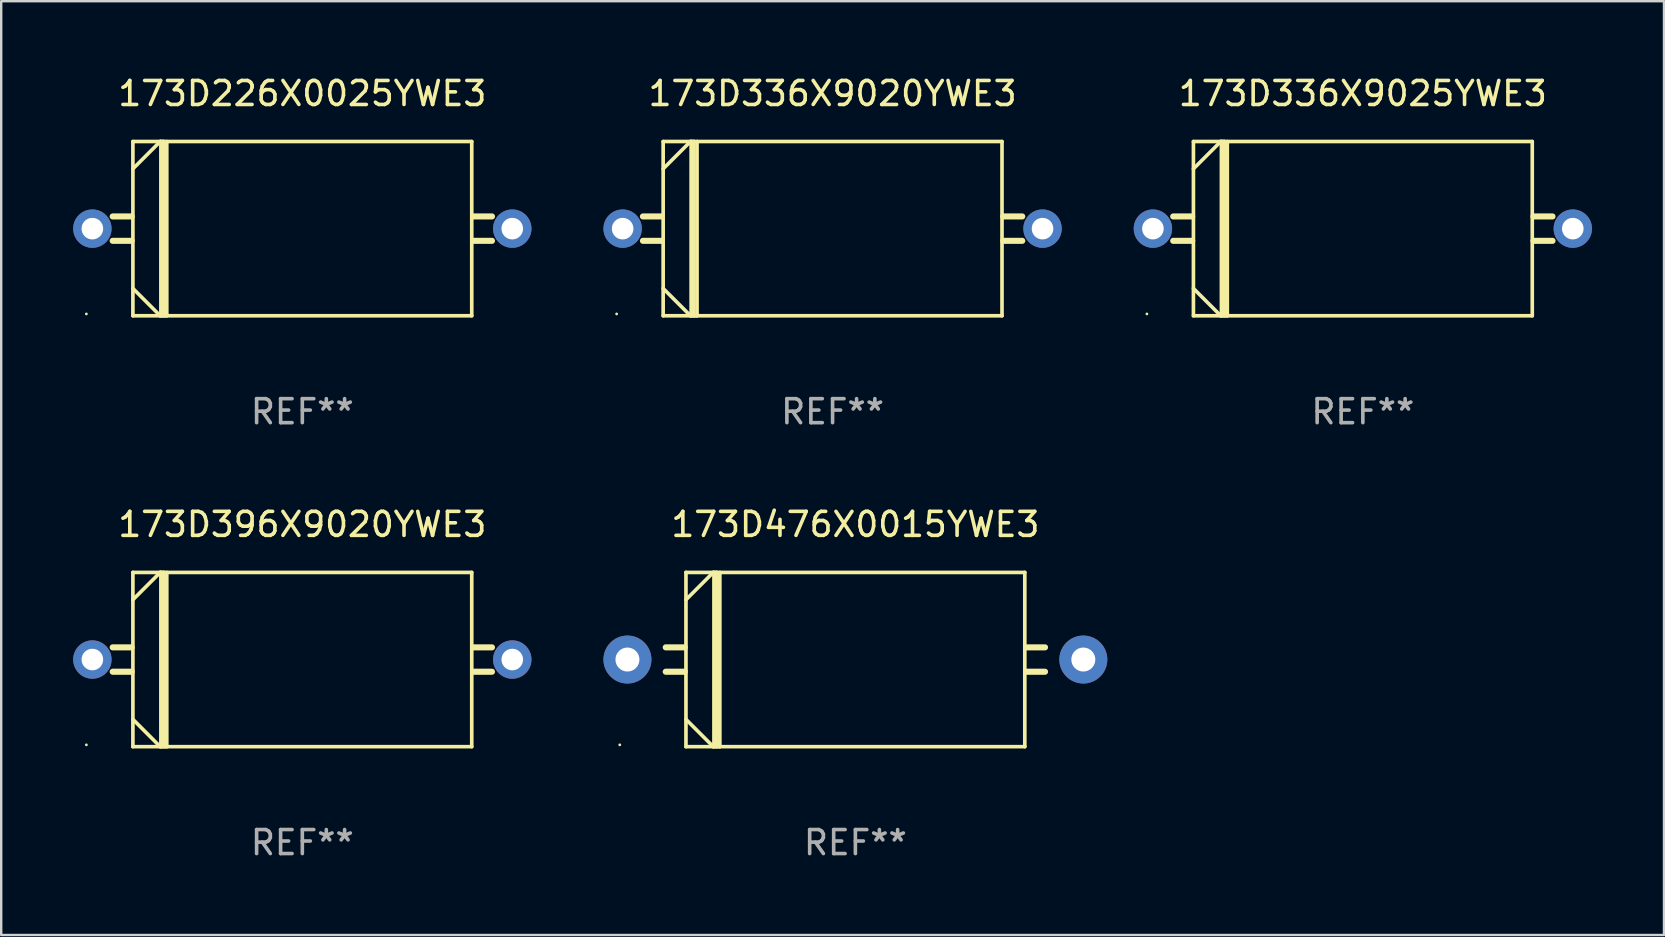
<source format=kicad_pcb>
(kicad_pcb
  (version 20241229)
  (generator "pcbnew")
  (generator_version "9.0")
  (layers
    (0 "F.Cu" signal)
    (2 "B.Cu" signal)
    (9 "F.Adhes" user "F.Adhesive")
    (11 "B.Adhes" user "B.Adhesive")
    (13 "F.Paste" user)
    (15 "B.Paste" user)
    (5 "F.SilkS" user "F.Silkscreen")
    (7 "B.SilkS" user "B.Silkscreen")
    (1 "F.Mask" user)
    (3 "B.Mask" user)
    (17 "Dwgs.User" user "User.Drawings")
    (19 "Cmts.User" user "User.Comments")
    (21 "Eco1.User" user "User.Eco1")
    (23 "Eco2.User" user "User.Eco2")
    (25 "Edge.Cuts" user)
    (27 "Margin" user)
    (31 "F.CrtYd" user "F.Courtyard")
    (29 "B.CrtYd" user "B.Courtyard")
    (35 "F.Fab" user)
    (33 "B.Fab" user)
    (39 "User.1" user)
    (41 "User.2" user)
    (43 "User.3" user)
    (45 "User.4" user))
  (footprint "173D336X9025YWE3"
    (layer "F.Cu")
    (at 53.75 6.479)
    (property "Reference" "173D336X9025YWE3" (at 0 -5.631 0) (layer "F.SilkS") (effects (font (size 1 1) (thickness 0.15))))
    (attr through_hole)
    (fp_line (start -7.112 -0.508) (end -7.904 -0.508) (stroke (width 0.254) (type solid)) (layer "F.SilkS"))
    (fp_line (start -7.112 0.508) (end -7.904 0.508) (stroke (width 0.254) (type solid)) (layer "F.SilkS"))
    (fp_line (start -7.061 -3.631) (end 7.061 -3.631) (stroke (width 0.152) (type solid)) (layer "F.SilkS"))
    (fp_line (start -7.061 3.631) (end -7.061 -3.631) (stroke (width 0.152) (type solid)) (layer "F.SilkS"))
    (fp_line (start -5.923 -3.631) (end -7.061 -2.493) (stroke (width 0.152) (type solid)) (layer "F.SilkS"))
    (fp_line (start -5.923 3.631) (end -7.061 2.493) (stroke (width 0.152) (type solid)) (layer "F.SilkS"))
    (fp_line (start -5.895 -3.631) (end -5.895 3.631) (stroke (width 0.152) (type solid)) (layer "F.SilkS"))
    (fp_line (start -5.776 -3.631) (end -5.923 -3.631) (stroke (width 0.152) (type solid)) (layer "F.SilkS"))
    (fp_line (start -5.776 -3.631) (end -5.776 3.631) (stroke (width 0.152) (type solid)) (layer "F.SilkS"))
    (fp_line (start -5.649 -3.631) (end -5.649 3.631) (stroke (width 0.152) (type solid)) (layer "F.SilkS"))
    (fp_line (start -5.649 3.627) (end -5.923 3.631) (stroke (width 0.152) (type solid)) (layer "F.SilkS"))
    (fp_line (start 7.061 -3.631) (end 7.061 3.631) (stroke (width 0.152) (type solid)) (layer "F.SilkS"))
    (fp_line (start 7.061 3.631) (end -7.061 3.631) (stroke (width 0.152) (type solid)) (layer "F.SilkS"))
    (fp_line (start 7.112 -0.508) (end 7.904 -0.508) (stroke (width 0.254) (type solid)) (layer "F.SilkS"))
    (fp_line (start 7.112 0.508) (end 7.904 0.508) (stroke (width 0.254) (type solid)) (layer "F.SilkS"))
    (fp_circle (center -9 3.555) (end -8.97 3.555) (stroke (width 0.06) (type solid)) (fill no) (layer "F.SilkS"))
    (fp_text user "REF**" (at 0 7.631 0) (layer "F.Fab") (effects (font (size 1 1) (thickness 0.15))))
    (pad "1" thru_hole circle (at -8.75 0) (size 1.6 1.6) (drill 0.9) (layers "*.Cu" "*.Mask"))
    (pad "2" thru_hole circle (at 8.75 0) (size 1.6 1.6) (drill 0.9) (layers "*.Cu" "*.Mask")))
  (footprint "173D476X0015YWE3"
    (layer "F.Cu")
    (at 32.6 24.438)
    (property "Reference" "173D476X0015YWE3" (at 0 -5.631 0) (layer "F.SilkS") (effects (font (size 1 1) (thickness 0.15))))
    (attr through_hole)
    (fp_line (start -7.112 -0.508) (end -7.904 -0.508) (stroke (width 0.254) (type solid)) (layer "F.SilkS"))
    (fp_line (start -7.112 0.508) (end -7.904 0.508) (stroke (width 0.254) (type solid)) (layer "F.SilkS"))
    (fp_line (start -7.061 -3.631) (end 7.061 -3.631) (stroke (width 0.152) (type solid)) (layer "F.SilkS"))
    (fp_line (start -7.061 3.631) (end -7.061 -3.631) (stroke (width 0.152) (type solid)) (layer "F.SilkS"))
    (fp_line (start -5.923 -3.631) (end -7.061 -2.493) (stroke (width 0.152) (type solid)) (layer "F.SilkS"))
    (fp_line (start -5.923 3.631) (end -7.061 2.493) (stroke (width 0.152) (type solid)) (layer "F.SilkS"))
    (fp_line (start -5.895 -3.631) (end -5.895 3.631) (stroke (width 0.152) (type solid)) (layer "F.SilkS"))
    (fp_line (start -5.776 -3.631) (end -5.923 -3.631) (stroke (width 0.152) (type solid)) (layer "F.SilkS"))
    (fp_line (start -5.776 -3.631) (end -5.776 3.631) (stroke (width 0.152) (type solid)) (layer "F.SilkS"))
    (fp_line (start -5.649 -3.631) (end -5.649 3.631) (stroke (width 0.152) (type solid)) (layer "F.SilkS"))
    (fp_line (start -5.649 3.627) (end -5.923 3.631) (stroke (width 0.152) (type solid)) (layer "F.SilkS"))
    (fp_line (start 7.061 -3.631) (end 7.061 3.631) (stroke (width 0.152) (type solid)) (layer "F.SilkS"))
    (fp_line (start 7.061 3.631) (end -7.061 3.631) (stroke (width 0.152) (type solid)) (layer "F.SilkS"))
    (fp_line (start 7.112 -0.508) (end 7.904 -0.508) (stroke (width 0.254) (type solid)) (layer "F.SilkS"))
    (fp_line (start 7.112 0.508) (end 7.904 0.508) (stroke (width 0.254) (type solid)) (layer "F.SilkS"))
    (fp_circle (center -9.82 3.555) (end -9.79 3.555) (stroke (width 0.06) (type solid)) (fill no) (layer "F.SilkS"))
    (fp_text user "REF**" (at 0 7.631 0) (layer "F.Fab") (effects (font (size 1 1) (thickness 0.15))))
    (pad "1" thru_hole circle (at -9.5 0) (size 2 2) (drill 1) (layers "*.Cu" "*.Mask"))
    (pad "2" thru_hole circle (at 9.5 0) (size 2 2) (drill 1) (layers "*.Cu" "*.Mask")))
  (footprint "173D396X9020YWE3"
    (layer "F.Cu")
    (at 9.55 24.438)
    (property "Reference" "173D396X9020YWE3" (at 0 -5.631 0) (layer "F.SilkS") (effects (font (size 1 1) (thickness 0.15))))
    (attr through_hole)
    (fp_line (start -7.112 -0.508) (end -7.904 -0.508) (stroke (width 0.254) (type solid)) (layer "F.SilkS"))
    (fp_line (start -7.112 0.508) (end -7.904 0.508) (stroke (width 0.254) (type solid)) (layer "F.SilkS"))
    (fp_line (start -7.061 -3.631) (end 7.061 -3.631) (stroke (width 0.152) (type solid)) (layer "F.SilkS"))
    (fp_line (start -7.061 3.631) (end -7.061 -3.631) (stroke (width 0.152) (type solid)) (layer "F.SilkS"))
    (fp_line (start -5.923 -3.631) (end -7.061 -2.493) (stroke (width 0.152) (type solid)) (layer "F.SilkS"))
    (fp_line (start -5.923 3.631) (end -7.061 2.493) (stroke (width 0.152) (type solid)) (layer "F.SilkS"))
    (fp_line (start -5.895 -3.631) (end -5.895 3.631) (stroke (width 0.152) (type solid)) (layer "F.SilkS"))
    (fp_line (start -5.776 -3.631) (end -5.923 -3.631) (stroke (width 0.152) (type solid)) (layer "F.SilkS"))
    (fp_line (start -5.776 -3.631) (end -5.776 3.631) (stroke (width 0.152) (type solid)) (layer "F.SilkS"))
    (fp_line (start -5.649 -3.631) (end -5.649 3.631) (stroke (width 0.152) (type solid)) (layer "F.SilkS"))
    (fp_line (start -5.649 3.627) (end -5.923 3.631) (stroke (width 0.152) (type solid)) (layer "F.SilkS"))
    (fp_line (start 7.061 -3.631) (end 7.061 3.631) (stroke (width 0.152) (type solid)) (layer "F.SilkS"))
    (fp_line (start 7.061 3.631) (end -7.061 3.631) (stroke (width 0.152) (type solid)) (layer "F.SilkS"))
    (fp_line (start 7.112 -0.508) (end 7.904 -0.508) (stroke (width 0.254) (type solid)) (layer "F.SilkS"))
    (fp_line (start 7.112 0.508) (end 7.904 0.508) (stroke (width 0.254) (type solid)) (layer "F.SilkS"))
    (fp_circle (center -9 3.555) (end -8.97 3.555) (stroke (width 0.06) (type solid)) (fill no) (layer "F.SilkS"))
    (fp_text user "REF**" (at 0 7.631 0) (layer "F.Fab") (effects (font (size 1 1) (thickness 0.15))))
    (pad "1" thru_hole circle (at -8.75 0) (size 1.6 1.6) (drill 0.9) (layers "*.Cu" "*.Mask"))
    (pad "2" thru_hole circle (at 8.75 0) (size 1.6 1.6) (drill 0.9) (layers "*.Cu" "*.Mask")))
  (footprint "173D336X9020YWE3"
    (layer "F.Cu")
    (at 31.65 6.479)
    (property "Reference" "173D336X9020YWE3" (at 0 -5.631 0) (layer "F.SilkS") (effects (font (size 1 1) (thickness 0.15))))
    (attr through_hole)
    (fp_line (start -7.112 -0.508) (end -7.904 -0.508) (stroke (width 0.254) (type solid)) (layer "F.SilkS"))
    (fp_line (start -7.112 0.508) (end -7.904 0.508) (stroke (width 0.254) (type solid)) (layer "F.SilkS"))
    (fp_line (start -7.061 -3.631) (end 7.061 -3.631) (stroke (width 0.152) (type solid)) (layer "F.SilkS"))
    (fp_line (start -7.061 3.631) (end -7.061 -3.631) (stroke (width 0.152) (type solid)) (layer "F.SilkS"))
    (fp_line (start -5.923 -3.631) (end -7.061 -2.493) (stroke (width 0.152) (type solid)) (layer "F.SilkS"))
    (fp_line (start -5.923 3.631) (end -7.061 2.493) (stroke (width 0.152) (type solid)) (layer "F.SilkS"))
    (fp_line (start -5.895 -3.631) (end -5.895 3.631) (stroke (width 0.152) (type solid)) (layer "F.SilkS"))
    (fp_line (start -5.776 -3.631) (end -5.923 -3.631) (stroke (width 0.152) (type solid)) (layer "F.SilkS"))
    (fp_line (start -5.776 -3.631) (end -5.776 3.631) (stroke (width 0.152) (type solid)) (layer "F.SilkS"))
    (fp_line (start -5.649 -3.631) (end -5.649 3.631) (stroke (width 0.152) (type solid)) (layer "F.SilkS"))
    (fp_line (start -5.649 3.627) (end -5.923 3.631) (stroke (width 0.152) (type solid)) (layer "F.SilkS"))
    (fp_line (start 7.061 -3.631) (end 7.061 3.631) (stroke (width 0.152) (type solid)) (layer "F.SilkS"))
    (fp_line (start 7.061 3.631) (end -7.061 3.631) (stroke (width 0.152) (type solid)) (layer "F.SilkS"))
    (fp_line (start 7.112 -0.508) (end 7.904 -0.508) (stroke (width 0.254) (type solid)) (layer "F.SilkS"))
    (fp_line (start 7.112 0.508) (end 7.904 0.508) (stroke (width 0.254) (type solid)) (layer "F.SilkS"))
    (fp_circle (center -9 3.555) (end -8.97 3.555) (stroke (width 0.06) (type solid)) (fill no) (layer "F.SilkS"))
    (fp_text user "REF**" (at 0 7.631 0) (layer "F.Fab") (effects (font (size 1 1) (thickness 0.15))))
    (pad "1" thru_hole circle (at -8.75 0) (size 1.6 1.6) (drill 0.9) (layers "*.Cu" "*.Mask"))
    (pad "2" thru_hole circle (at 8.75 0) (size 1.6 1.6) (drill 0.9) (layers "*.Cu" "*.Mask")))
  (footprint "173D226X0025YWE3"
    (layer "F.Cu")
    (at 9.55 6.479)
    (property "Reference" "173D226X0025YWE3" (at 0 -5.631 0) (layer "F.SilkS") (effects (font (size 1 1) (thickness 0.15))))
    (attr through_hole)
    (fp_line (start -7.112 -0.508) (end -7.904 -0.508) (stroke (width 0.254) (type solid)) (layer "F.SilkS"))
    (fp_line (start -7.112 0.508) (end -7.904 0.508) (stroke (width 0.254) (type solid)) (layer "F.SilkS"))
    (fp_line (start -7.061 -3.631) (end 7.061 -3.631) (stroke (width 0.152) (type solid)) (layer "F.SilkS"))
    (fp_line (start -7.061 3.631) (end -7.061 -3.631) (stroke (width 0.152) (type solid)) (layer "F.SilkS"))
    (fp_line (start -5.923 -3.631) (end -7.061 -2.493) (stroke (width 0.152) (type solid)) (layer "F.SilkS"))
    (fp_line (start -5.923 3.631) (end -7.061 2.493) (stroke (width 0.152) (type solid)) (layer "F.SilkS"))
    (fp_line (start -5.895 -3.631) (end -5.895 3.631) (stroke (width 0.152) (type solid)) (layer "F.SilkS"))
    (fp_line (start -5.776 -3.631) (end -5.923 -3.631) (stroke (width 0.152) (type solid)) (layer "F.SilkS"))
    (fp_line (start -5.776 -3.631) (end -5.776 3.631) (stroke (width 0.152) (type solid)) (layer "F.SilkS"))
    (fp_line (start -5.649 -3.631) (end -5.649 3.631) (stroke (width 0.152) (type solid)) (layer "F.SilkS"))
    (fp_line (start -5.649 3.627) (end -5.923 3.631) (stroke (width 0.152) (type solid)) (layer "F.SilkS"))
    (fp_line (start 7.061 -3.631) (end 7.061 3.631) (stroke (width 0.152) (type solid)) (layer "F.SilkS"))
    (fp_line (start 7.061 3.631) (end -7.061 3.631) (stroke (width 0.152) (type solid)) (layer "F.SilkS"))
    (fp_line (start 7.112 -0.508) (end 7.904 -0.508) (stroke (width 0.254) (type solid)) (layer "F.SilkS"))
    (fp_line (start 7.112 0.508) (end 7.904 0.508) (stroke (width 0.254) (type solid)) (layer "F.SilkS"))
    (fp_circle (center -9 3.555) (end -8.97 3.555) (stroke (width 0.06) (type solid)) (fill no) (layer "F.SilkS"))
    (fp_text user "REF**" (at 0 7.631 0) (layer "F.Fab") (effects (font (size 1 1) (thickness 0.15))))
    (pad "1" thru_hole circle (at -8.75 0) (size 1.6 1.6) (drill 0.9) (layers "*.Cu" "*.Mask"))
    (pad "2" thru_hole circle (at 8.75 0) (size 1.6 1.6) (drill 0.9) (layers "*.Cu" "*.Mask")))
  (gr_rect
    (start -3 -3)
    (end 66.3 35.918)
    (stroke (width 0.1) (type default))
    (fill no)
    (layer "Edge.Cuts")))
</source>
